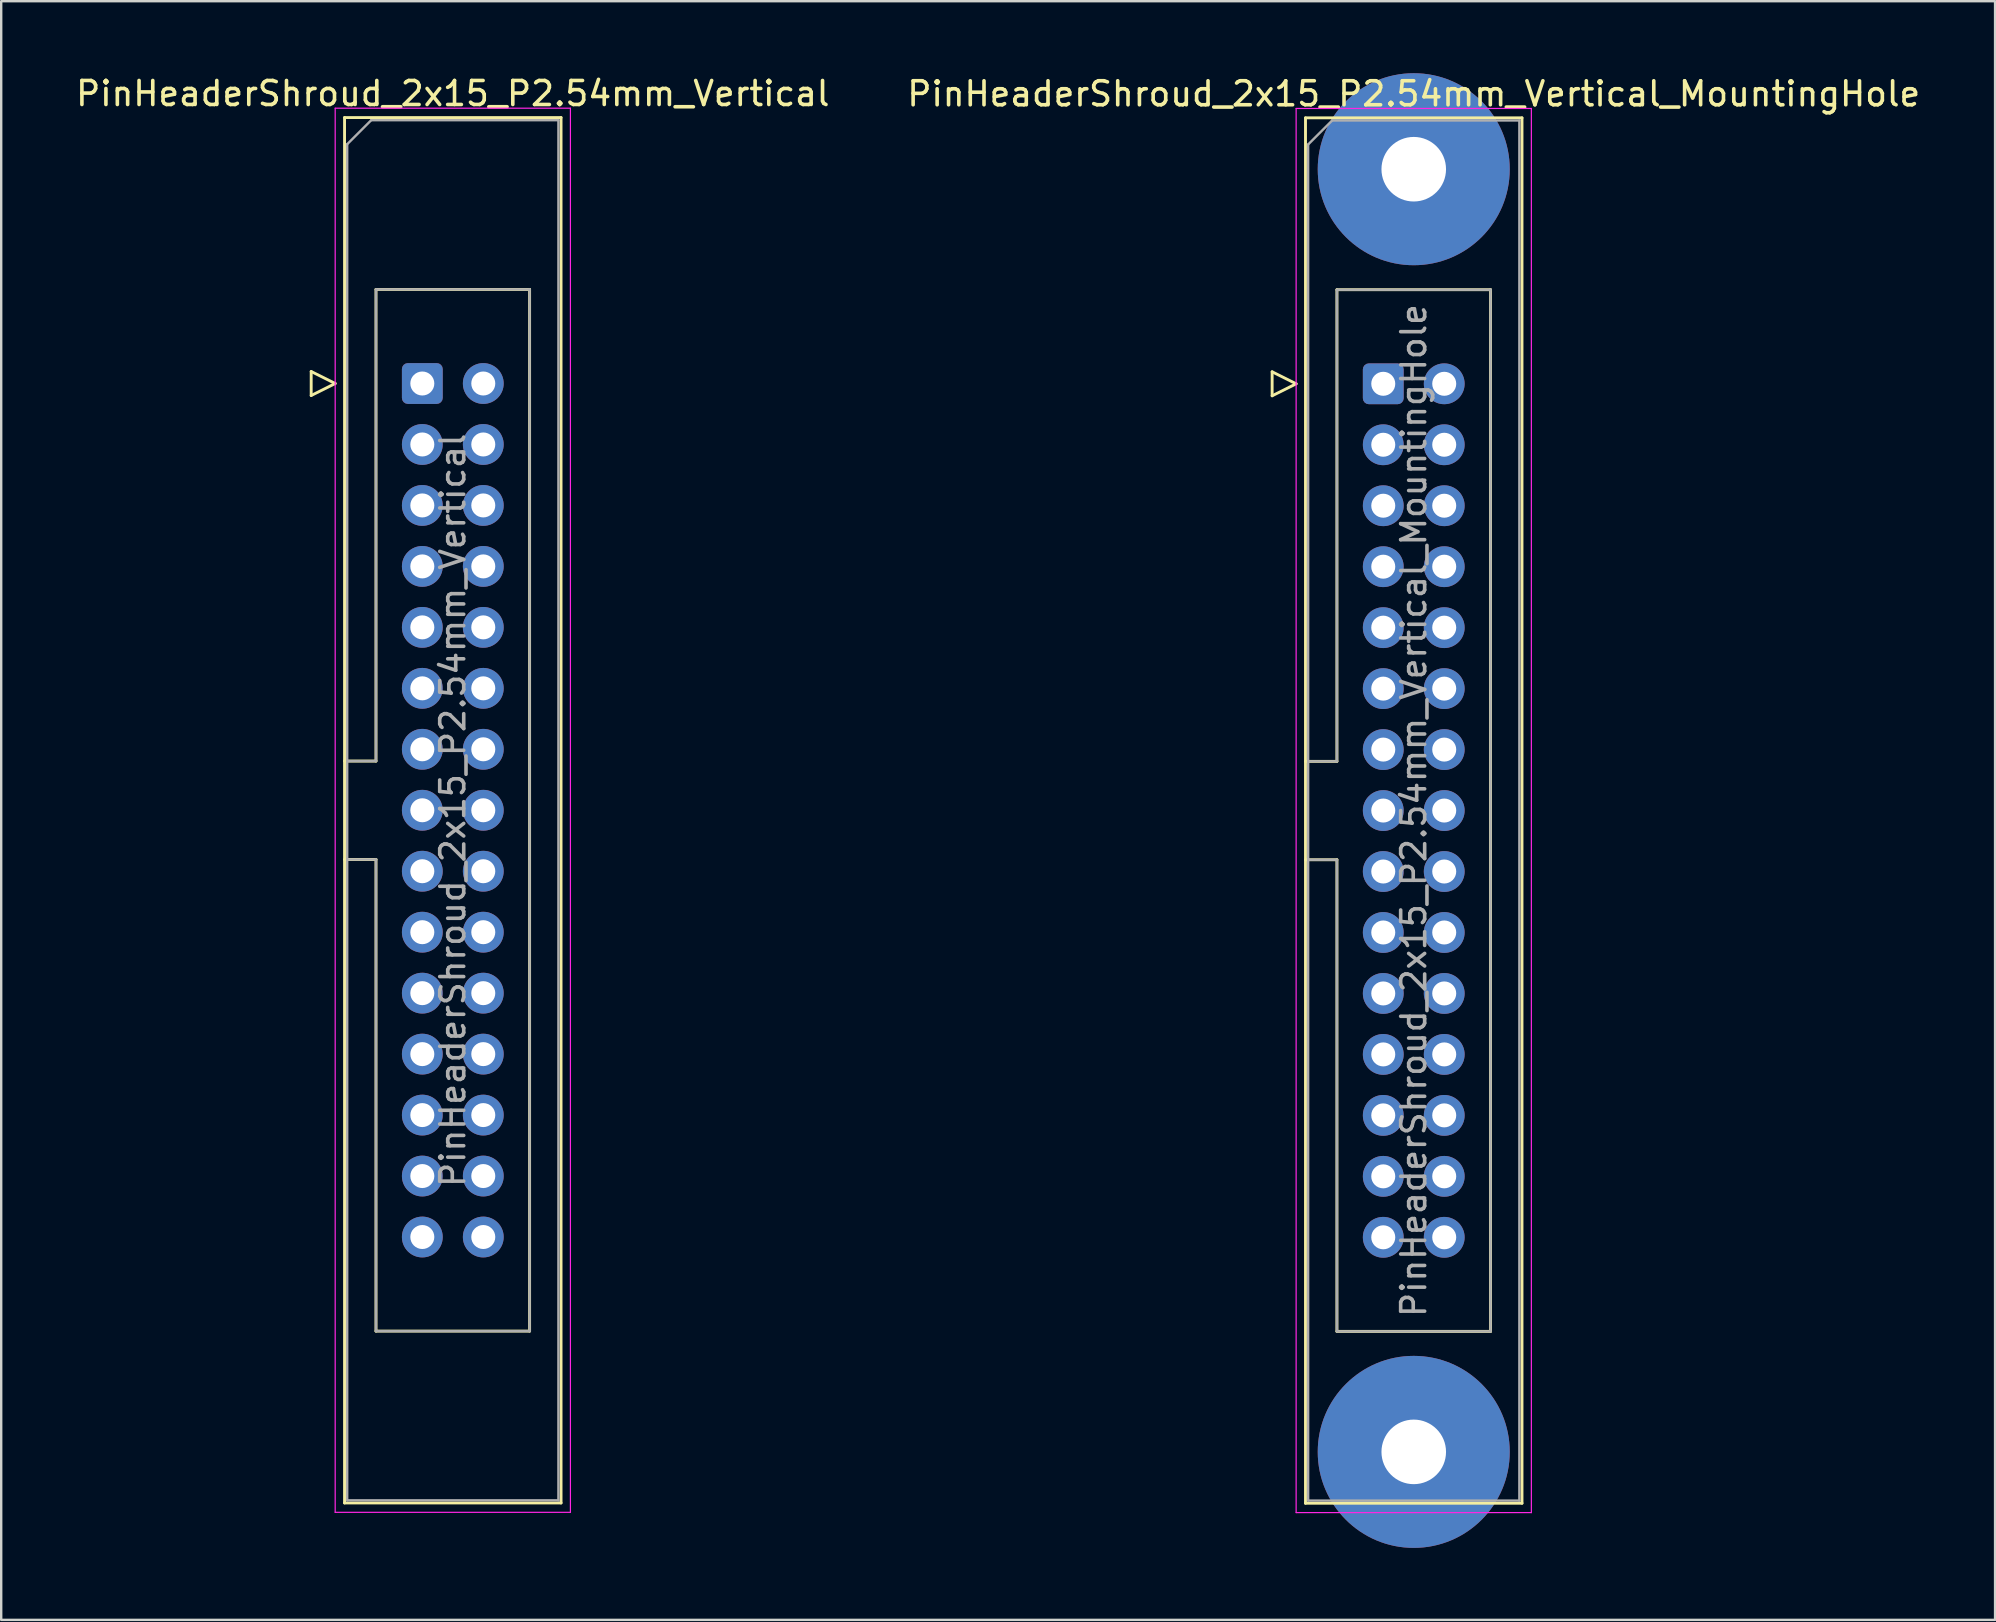
<source format=kicad_pcb>
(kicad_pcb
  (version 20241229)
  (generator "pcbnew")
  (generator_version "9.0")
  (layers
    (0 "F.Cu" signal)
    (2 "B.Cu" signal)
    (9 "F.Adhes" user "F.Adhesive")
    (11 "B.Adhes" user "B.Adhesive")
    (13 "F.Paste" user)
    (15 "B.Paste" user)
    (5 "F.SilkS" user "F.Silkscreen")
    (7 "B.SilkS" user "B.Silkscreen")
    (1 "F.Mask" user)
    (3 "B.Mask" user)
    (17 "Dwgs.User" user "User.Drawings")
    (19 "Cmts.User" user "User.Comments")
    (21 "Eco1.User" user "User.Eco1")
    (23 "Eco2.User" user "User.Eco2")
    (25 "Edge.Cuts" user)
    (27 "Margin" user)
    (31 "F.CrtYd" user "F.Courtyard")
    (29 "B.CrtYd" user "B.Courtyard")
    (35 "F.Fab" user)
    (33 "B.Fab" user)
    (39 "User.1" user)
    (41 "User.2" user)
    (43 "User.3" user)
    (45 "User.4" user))
  (footprint "PinHeaderShroud_2x15_P2.54mm_Vertical"
    (layer "F.Cu")
    (at 14.545 12.928)
    (property "Reference" "PinHeaderShroud_2x15_P2.54mm_Vertical" (at 1.27 -12.08 0) (layer "F.SilkS") (effects (font (size 1 1) (thickness 0.15))))
    (attr through_hole)
    (fp_line (start -4.63 -0.5) (end -4.63 0.5) (stroke (width 0.12) (type solid)) (layer "F.SilkS"))
    (fp_line (start -4.63 0.5) (end -3.63 0) (stroke (width 0.12) (type solid)) (layer "F.SilkS"))
    (fp_line (start -3.63 0) (end -4.63 -0.5) (stroke (width 0.12) (type solid)) (layer "F.SilkS"))
    (fp_line (start -3.24 -11.08) (end 5.78 -11.08) (stroke (width 0.12) (type solid)) (layer "F.SilkS"))
    (fp_line (start -3.24 15.73) (end -1.93 15.73) (stroke (width 0.12) (type solid)) (layer "F.SilkS"))
    (fp_line (start -3.24 19.83) (end -1.93 19.83) (stroke (width 0.12) (type solid)) (layer "F.SilkS"))
    (fp_line (start -3.24 46.64) (end -3.24 -11.08) (stroke (width 0.12) (type solid)) (layer "F.SilkS"))
    (fp_line (start -1.93 -3.92) (end 4.47 -3.92) (stroke (width 0.12) (type solid)) (layer "F.SilkS"))
    (fp_line (start -1.93 15.73) (end -1.93 -3.92) (stroke (width 0.12) (type solid)) (layer "F.SilkS"))
    (fp_line (start -1.93 39.48) (end -1.93 19.83) (stroke (width 0.12) (type solid)) (layer "F.SilkS"))
    (fp_line (start 4.47 -3.92) (end 4.47 39.48) (stroke (width 0.12) (type solid)) (layer "F.SilkS"))
    (fp_line (start 4.47 39.48) (end -1.93 39.48) (stroke (width 0.12) (type solid)) (layer "F.SilkS"))
    (fp_line (start 5.78 -11.08) (end 5.78 46.64) (stroke (width 0.12) (type solid)) (layer "F.SilkS"))
    (fp_line (start 5.78 46.64) (end -3.24 46.64) (stroke (width 0.12) (type solid)) (layer "F.SilkS"))
    (fp_line (start -3.63 -11.47) (end -3.63 47.03) (stroke (width 0.05) (type solid)) (layer "F.CrtYd"))
    (fp_line (start -3.63 47.03) (end 6.17 47.03) (stroke (width 0.05) (type solid)) (layer "F.CrtYd"))
    (fp_line (start 6.17 -11.47) (end -3.63 -11.47) (stroke (width 0.05) (type solid)) (layer "F.CrtYd"))
    (fp_line (start 6.17 47.03) (end 6.17 -11.47) (stroke (width 0.05) (type solid)) (layer "F.CrtYd"))
    (fp_line (start -3.13 -9.97) (end -2.13 -10.97) (stroke (width 0.1) (type solid)) (layer "F.Fab"))
    (fp_line (start -3.13 15.73) (end -1.93 15.73) (stroke (width 0.1) (type solid)) (layer "F.Fab"))
    (fp_line (start -3.13 19.83) (end -1.93 19.83) (stroke (width 0.1) (type solid)) (layer "F.Fab"))
    (fp_line (start -3.13 46.53) (end -3.13 -9.97) (stroke (width 0.1) (type solid)) (layer "F.Fab"))
    (fp_line (start -2.13 -10.97) (end 5.67 -10.97) (stroke (width 0.1) (type solid)) (layer "F.Fab"))
    (fp_line (start -1.93 -3.92) (end 4.47 -3.92) (stroke (width 0.1) (type solid)) (layer "F.Fab"))
    (fp_line (start -1.93 15.73) (end -1.93 -3.92) (stroke (width 0.1) (type solid)) (layer "F.Fab"))
    (fp_line (start -1.93 39.48) (end -1.93 19.83) (stroke (width 0.1) (type solid)) (layer "F.Fab"))
    (fp_line (start 4.47 -3.92) (end 4.47 39.48) (stroke (width 0.1) (type solid)) (layer "F.Fab"))
    (fp_line (start 4.47 39.48) (end -1.93 39.48) (stroke (width 0.1) (type solid)) (layer "F.Fab"))
    (fp_line (start 5.67 -10.97) (end 5.67 46.53) (stroke (width 0.1) (type solid)) (layer "F.Fab"))
    (fp_line (start 5.67 46.53) (end -3.13 46.53) (stroke (width 0.1) (type solid)) (layer "F.Fab"))
    (fp_text user "${REFERENCE}" (at 1.27 17.78 90) (layer "F.Fab") (effects (font (size 1 1) (thickness 0.15))))
    (pad "1" thru_hole roundrect (at 0 0) (size 1.7 1.7) (drill 1) (layers "*.Cu" "*.Mask") (roundrect_rratio 0.147))
    (pad "2" thru_hole circle (at 2.54 0) (size 1.7 1.7) (drill 1) (layers "*.Cu" "*.Mask"))
    (pad "3" thru_hole circle (at 0 2.54) (size 1.7 1.7) (drill 1) (layers "*.Cu" "*.Mask"))
    (pad "4" thru_hole circle (at 2.54 2.54) (size 1.7 1.7) (drill 1) (layers "*.Cu" "*.Mask"))
    (pad "5" thru_hole circle (at 0 5.08) (size 1.7 1.7) (drill 1) (layers "*.Cu" "*.Mask"))
    (pad "6" thru_hole circle (at 2.54 5.08) (size 1.7 1.7) (drill 1) (layers "*.Cu" "*.Mask"))
    (pad "7" thru_hole circle (at 0 7.62) (size 1.7 1.7) (drill 1) (layers "*.Cu" "*.Mask"))
    (pad "8" thru_hole circle (at 2.54 7.62) (size 1.7 1.7) (drill 1) (layers "*.Cu" "*.Mask"))
    (pad "9" thru_hole circle (at 0 10.16) (size 1.7 1.7) (drill 1) (layers "*.Cu" "*.Mask"))
    (pad "10" thru_hole circle (at 2.54 10.16) (size 1.7 1.7) (drill 1) (layers "*.Cu" "*.Mask"))
    (pad "11" thru_hole circle (at 0 12.7) (size 1.7 1.7) (drill 1) (layers "*.Cu" "*.Mask"))
    (pad "12" thru_hole circle (at 2.54 12.7) (size 1.7 1.7) (drill 1) (layers "*.Cu" "*.Mask"))
    (pad "13" thru_hole circle (at 0 15.24) (size 1.7 1.7) (drill 1) (layers "*.Cu" "*.Mask"))
    (pad "14" thru_hole circle (at 2.54 15.24) (size 1.7 1.7) (drill 1) (layers "*.Cu" "*.Mask"))
    (pad "15" thru_hole circle (at 0 17.78) (size 1.7 1.7) (drill 1) (layers "*.Cu" "*.Mask"))
    (pad "16" thru_hole circle (at 2.54 17.78) (size 1.7 1.7) (drill 1) (layers "*.Cu" "*.Mask"))
    (pad "17" thru_hole circle (at 0 20.32) (size 1.7 1.7) (drill 1) (layers "*.Cu" "*.Mask"))
    (pad "18" thru_hole circle (at 2.54 20.32) (size 1.7 1.7) (drill 1) (layers "*.Cu" "*.Mask"))
    (pad "19" thru_hole circle (at 0 22.86) (size 1.7 1.7) (drill 1) (layers "*.Cu" "*.Mask"))
    (pad "20" thru_hole circle (at 2.54 22.86) (size 1.7 1.7) (drill 1) (layers "*.Cu" "*.Mask"))
    (pad "21" thru_hole circle (at 0 25.4) (size 1.7 1.7) (drill 1) (layers "*.Cu" "*.Mask"))
    (pad "22" thru_hole circle (at 2.54 25.4) (size 1.7 1.7) (drill 1) (layers "*.Cu" "*.Mask"))
    (pad "23" thru_hole circle (at 0 27.94) (size 1.7 1.7) (drill 1) (layers "*.Cu" "*.Mask"))
    (pad "24" thru_hole circle (at 2.54 27.94) (size 1.7 1.7) (drill 1) (layers "*.Cu" "*.Mask"))
    (pad "25" thru_hole circle (at 0 30.48) (size 1.7 1.7) (drill 1) (layers "*.Cu" "*.Mask"))
    (pad "26" thru_hole circle (at 2.54 30.48) (size 1.7 1.7) (drill 1) (layers "*.Cu" "*.Mask"))
    (pad "27" thru_hole circle (at 0 33.02) (size 1.7 1.7) (drill 1) (layers "*.Cu" "*.Mask"))
    (pad "28" thru_hole circle (at 2.54 33.02) (size 1.7 1.7) (drill 1) (layers "*.Cu" "*.Mask"))
    (pad "29" thru_hole circle (at 0 35.56) (size 1.7 1.7) (drill 1) (layers "*.Cu" "*.Mask"))
    (pad "30" thru_hole circle (at 2.54 35.56) (size 1.7 1.7) (drill 1) (layers "*.Cu" "*.Mask")))
  (footprint "PinHeaderShroud_2x15_P2.54mm_Vertical_MountingHole"
    (layer "F.Cu")
    (at 54.581 12.94)
    (property "Reference" "PinHeaderShroud_2x15_P2.54mm_Vertical_MountingHole" (at 1.27 -12.08 0) (layer "F.SilkS") (effects (font (size 1 1) (thickness 0.15))))
    (attr through_hole)
    (fp_line (start -4.63 -0.5) (end -4.63 0.5) (stroke (width 0.12) (type solid)) (layer "F.SilkS"))
    (fp_line (start -4.63 0.5) (end -3.63 0) (stroke (width 0.12) (type solid)) (layer "F.SilkS"))
    (fp_line (start -3.63 0) (end -4.63 -0.5) (stroke (width 0.12) (type solid)) (layer "F.SilkS"))
    (fp_line (start -3.24 -11.08) (end 5.78 -11.08) (stroke (width 0.12) (type solid)) (layer "F.SilkS"))
    (fp_line (start -3.24 15.73) (end -1.93 15.73) (stroke (width 0.12) (type solid)) (layer "F.SilkS"))
    (fp_line (start -3.24 19.83) (end -1.93 19.83) (stroke (width 0.12) (type solid)) (layer "F.SilkS"))
    (fp_line (start -3.24 46.64) (end -3.24 -11.08) (stroke (width 0.12) (type solid)) (layer "F.SilkS"))
    (fp_line (start -1.93 -3.92) (end 4.47 -3.92) (stroke (width 0.12) (type solid)) (layer "F.SilkS"))
    (fp_line (start -1.93 15.73) (end -1.93 -3.92) (stroke (width 0.12) (type solid)) (layer "F.SilkS"))
    (fp_line (start -1.93 39.48) (end -1.93 19.83) (stroke (width 0.12) (type solid)) (layer "F.SilkS"))
    (fp_line (start 4.47 -3.92) (end 4.47 39.48) (stroke (width 0.12) (type solid)) (layer "F.SilkS"))
    (fp_line (start 4.47 39.48) (end -1.93 39.48) (stroke (width 0.12) (type solid)) (layer "F.SilkS"))
    (fp_line (start 5.78 -11.08) (end 5.78 46.64) (stroke (width 0.12) (type solid)) (layer "F.SilkS"))
    (fp_line (start 5.78 46.64) (end -3.24 46.64) (stroke (width 0.12) (type solid)) (layer "F.SilkS"))
    (fp_line (start -3.63 -11.47) (end -3.63 47.03) (stroke (width 0.05) (type solid)) (layer "F.CrtYd"))
    (fp_line (start -3.63 47.03) (end 6.17 47.03) (stroke (width 0.05) (type solid)) (layer "F.CrtYd"))
    (fp_line (start 6.17 -11.47) (end -3.63 -11.47) (stroke (width 0.05) (type solid)) (layer "F.CrtYd"))
    (fp_line (start 6.17 47.03) (end 6.17 -11.47) (stroke (width 0.05) (type solid)) (layer "F.CrtYd"))
    (fp_line (start -3.13 -9.97) (end -2.13 -10.97) (stroke (width 0.1) (type solid)) (layer "F.Fab"))
    (fp_line (start -3.13 15.73) (end -1.93 15.73) (stroke (width 0.1) (type solid)) (layer "F.Fab"))
    (fp_line (start -3.13 19.83) (end -1.93 19.83) (stroke (width 0.1) (type solid)) (layer "F.Fab"))
    (fp_line (start -3.13 46.53) (end -3.13 -9.97) (stroke (width 0.1) (type solid)) (layer "F.Fab"))
    (fp_line (start -2.13 -10.97) (end 5.67 -10.97) (stroke (width 0.1) (type solid)) (layer "F.Fab"))
    (fp_line (start -1.93 -3.92) (end 4.47 -3.92) (stroke (width 0.1) (type solid)) (layer "F.Fab"))
    (fp_line (start -1.93 15.73) (end -1.93 -3.92) (stroke (width 0.1) (type solid)) (layer "F.Fab"))
    (fp_line (start -1.93 39.48) (end -1.93 19.83) (stroke (width 0.1) (type solid)) (layer "F.Fab"))
    (fp_line (start 4.47 -3.92) (end 4.47 39.48) (stroke (width 0.1) (type solid)) (layer "F.Fab"))
    (fp_line (start 4.47 39.48) (end -1.93 39.48) (stroke (width 0.1) (type solid)) (layer "F.Fab"))
    (fp_line (start 5.67 -10.97) (end 5.67 46.53) (stroke (width 0.1) (type solid)) (layer "F.Fab"))
    (fp_line (start 5.67 46.53) (end -3.13 46.53) (stroke (width 0.1) (type solid)) (layer "F.Fab"))
    (fp_text user "${REFERENCE}" (at 1.27 17.78 90) (layer "F.Fab") (effects (font (size 1 1) (thickness 0.15))))
    (pad "" thru_hole circle (at 1.27 -8.94) (size 8 8) (drill 2.69) (layers "*.Cu" "*.Mask"))
    (pad "" thru_hole circle (at 1.27 44.5) (size 8 8) (drill 2.69) (layers "*.Cu" "*.Mask"))
    (pad "1" thru_hole roundrect (at 0 0) (size 1.7 1.7) (drill 1) (layers "*.Cu" "*.Mask") (roundrect_rratio 0.147))
    (pad "2" thru_hole circle (at 2.54 0) (size 1.7 1.7) (drill 1) (layers "*.Cu" "*.Mask"))
    (pad "3" thru_hole circle (at 0 2.54) (size 1.7 1.7) (drill 1) (layers "*.Cu" "*.Mask"))
    (pad "4" thru_hole circle (at 2.54 2.54) (size 1.7 1.7) (drill 1) (layers "*.Cu" "*.Mask"))
    (pad "5" thru_hole circle (at 0 5.08) (size 1.7 1.7) (drill 1) (layers "*.Cu" "*.Mask"))
    (pad "6" thru_hole circle (at 2.54 5.08) (size 1.7 1.7) (drill 1) (layers "*.Cu" "*.Mask"))
    (pad "7" thru_hole circle (at 0 7.62) (size 1.7 1.7) (drill 1) (layers "*.Cu" "*.Mask"))
    (pad "8" thru_hole circle (at 2.54 7.62) (size 1.7 1.7) (drill 1) (layers "*.Cu" "*.Mask"))
    (pad "9" thru_hole circle (at 0 10.16) (size 1.7 1.7) (drill 1) (layers "*.Cu" "*.Mask"))
    (pad "10" thru_hole circle (at 2.54 10.16) (size 1.7 1.7) (drill 1) (layers "*.Cu" "*.Mask"))
    (pad "11" thru_hole circle (at 0 12.7) (size 1.7 1.7) (drill 1) (layers "*.Cu" "*.Mask"))
    (pad "12" thru_hole circle (at 2.54 12.7) (size 1.7 1.7) (drill 1) (layers "*.Cu" "*.Mask"))
    (pad "13" thru_hole circle (at 0 15.24) (size 1.7 1.7) (drill 1) (layers "*.Cu" "*.Mask"))
    (pad "14" thru_hole circle (at 2.54 15.24) (size 1.7 1.7) (drill 1) (layers "*.Cu" "*.Mask"))
    (pad "15" thru_hole circle (at 0 17.78) (size 1.7 1.7) (drill 1) (layers "*.Cu" "*.Mask"))
    (pad "16" thru_hole circle (at 2.54 17.78) (size 1.7 1.7) (drill 1) (layers "*.Cu" "*.Mask"))
    (pad "17" thru_hole circle (at 0 20.32) (size 1.7 1.7) (drill 1) (layers "*.Cu" "*.Mask"))
    (pad "18" thru_hole circle (at 2.54 20.32) (size 1.7 1.7) (drill 1) (layers "*.Cu" "*.Mask"))
    (pad "19" thru_hole circle (at 0 22.86) (size 1.7 1.7) (drill 1) (layers "*.Cu" "*.Mask"))
    (pad "20" thru_hole circle (at 2.54 22.86) (size 1.7 1.7) (drill 1) (layers "*.Cu" "*.Mask"))
    (pad "21" thru_hole circle (at 0 25.4) (size 1.7 1.7) (drill 1) (layers "*.Cu" "*.Mask"))
    (pad "22" thru_hole circle (at 2.54 25.4) (size 1.7 1.7) (drill 1) (layers "*.Cu" "*.Mask"))
    (pad "23" thru_hole circle (at 0 27.94) (size 1.7 1.7) (drill 1) (layers "*.Cu" "*.Mask"))
    (pad "24" thru_hole circle (at 2.54 27.94) (size 1.7 1.7) (drill 1) (layers "*.Cu" "*.Mask"))
    (pad "25" thru_hole circle (at 0 30.48) (size 1.7 1.7) (drill 1) (layers "*.Cu" "*.Mask"))
    (pad "26" thru_hole circle (at 2.54 30.48) (size 1.7 1.7) (drill 1) (layers "*.Cu" "*.Mask"))
    (pad "27" thru_hole circle (at 0 33.02) (size 1.7 1.7) (drill 1) (layers "*.Cu" "*.Mask"))
    (pad "28" thru_hole circle (at 2.54 33.02) (size 1.7 1.7) (drill 1) (layers "*.Cu" "*.Mask"))
    (pad "29" thru_hole circle (at 0 35.56) (size 1.7 1.7) (drill 1) (layers "*.Cu" "*.Mask"))
    (pad "30" thru_hole circle (at 2.54 35.56) (size 1.7 1.7) (drill 1) (layers "*.Cu" "*.Mask")))
  (gr_rect
    (start -3 -3)
    (end 80.071 64.44)
    (stroke (width 0.1) (type default))
    (fill no)
    (layer "Edge.Cuts")))
</source>
